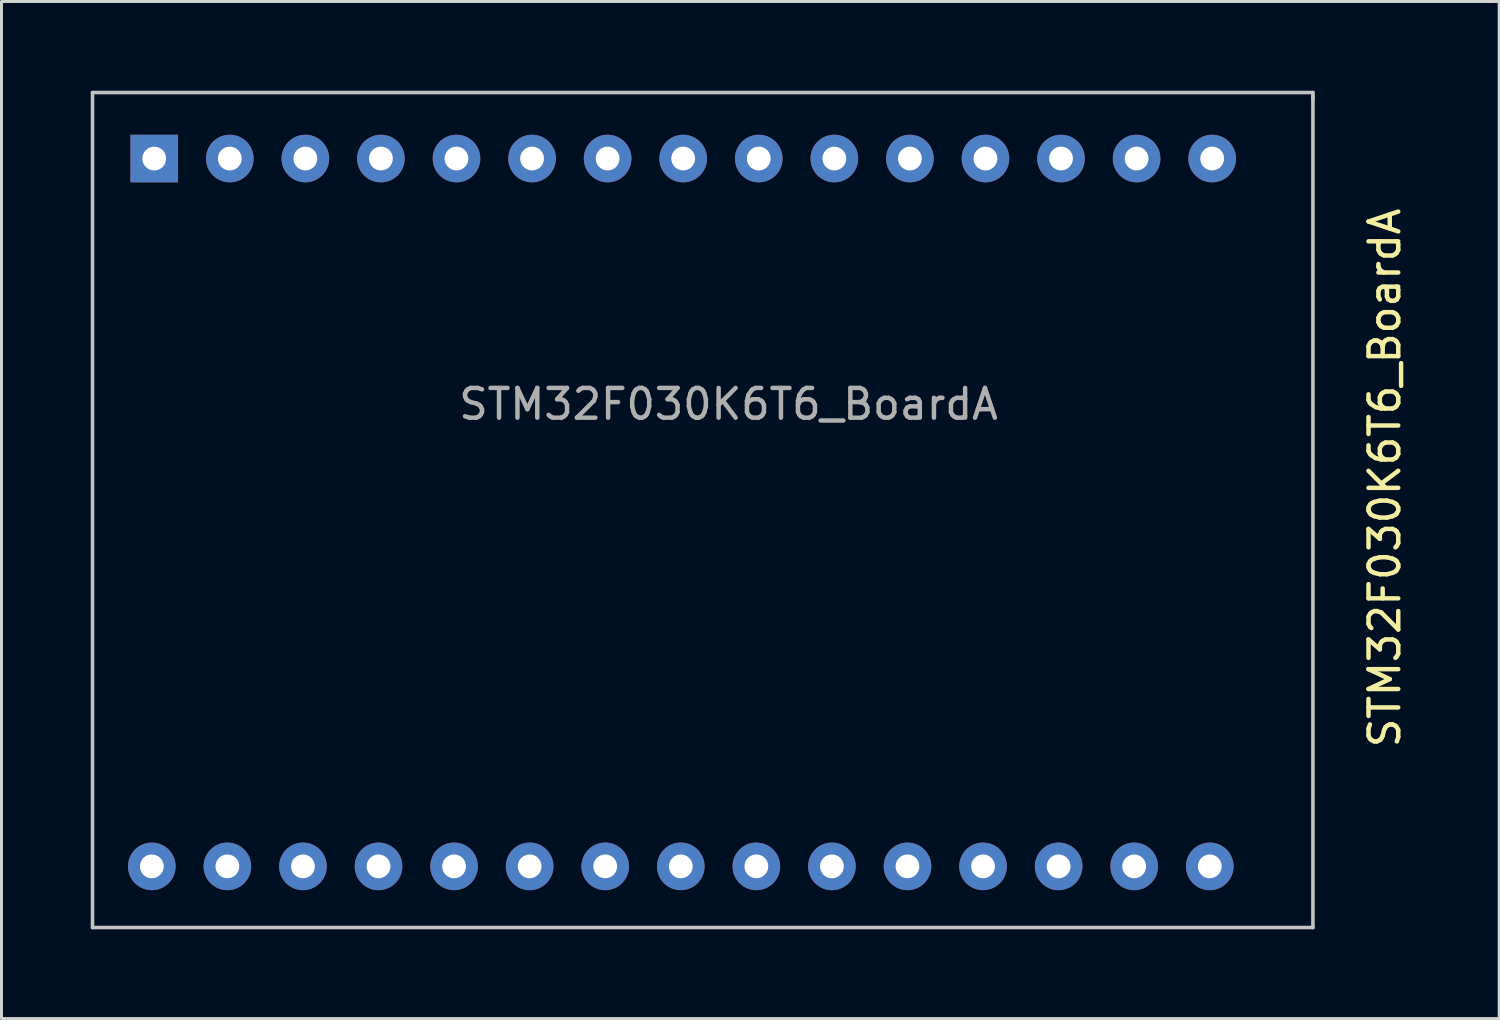
<source format=kicad_pcb>
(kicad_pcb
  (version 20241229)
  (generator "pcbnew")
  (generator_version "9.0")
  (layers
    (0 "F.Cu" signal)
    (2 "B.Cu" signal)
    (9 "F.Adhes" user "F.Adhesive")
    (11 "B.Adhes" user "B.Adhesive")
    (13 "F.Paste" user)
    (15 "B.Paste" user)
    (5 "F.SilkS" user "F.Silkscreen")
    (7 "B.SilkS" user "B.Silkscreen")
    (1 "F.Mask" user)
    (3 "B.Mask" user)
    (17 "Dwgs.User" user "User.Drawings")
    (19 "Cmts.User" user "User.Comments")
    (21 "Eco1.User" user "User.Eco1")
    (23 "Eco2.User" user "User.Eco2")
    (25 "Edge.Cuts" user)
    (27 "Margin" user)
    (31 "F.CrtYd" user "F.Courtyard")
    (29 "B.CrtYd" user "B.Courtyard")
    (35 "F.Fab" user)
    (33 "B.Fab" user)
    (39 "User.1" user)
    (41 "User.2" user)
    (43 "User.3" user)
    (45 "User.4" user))
  (footprint "STM32F030K6T6_BoardA"
    (layer "F.Cu")
    (at 20.253 13.014)
    (property "Reference" "STM32F030K6T6_BoardA" (at 23.241 0 90) (layer "F.SilkS") (effects (font (size 1 1) (thickness 0.15))))
    (attr through_hole)
    (fp_line (start -20.193 -12.954) (end -20.193 15.113) (stroke (width 0.12) (type solid)) (layer "Dwgs.User"))
    (fp_line (start -20.193 -12.954) (end 20.828 -12.954) (stroke (width 0.12) (type solid)) (layer "Dwgs.User"))
    (fp_line (start 20.828 -12.954) (end 20.828 -12.7) (stroke (width 0.12) (type solid)) (layer "Dwgs.User"))
    (fp_line (start 20.828 15.113) (end -20.193 15.113) (stroke (width 0.12) (type solid)) (layer "Dwgs.User"))
    (fp_line (start 20.828 15.113) (end 20.828 -12.827) (stroke (width 0.12) (type solid)) (layer "Dwgs.User"))
    (fp_text user "${REFERENCE}" (at 1.185 -2.48 180) (layer "F.Fab") (effects (font (size 1 1) (thickness 0.15))))
    (pad "1" thru_hole rect (at -18.119 -10.735 90) (size 1.6 1.6) (drill 0.8) (layers "*.Cu" "*.Mask"))
    (pad "2" thru_hole oval (at -15.579 -10.735 90) (size 1.6 1.6) (drill 0.8) (layers "*.Cu" "*.Mask"))
    (pad "3" thru_hole oval (at -13.039 -10.735 90) (size 1.6 1.6) (drill 0.8) (layers "*.Cu" "*.Mask"))
    (pad "4" thru_hole oval (at -10.499 -10.735 90) (size 1.6 1.6) (drill 0.8) (layers "*.Cu" "*.Mask"))
    (pad "5" thru_hole oval (at -7.959 -10.735 90) (size 1.6 1.6) (drill 0.8) (layers "*.Cu" "*.Mask"))
    (pad "6" thru_hole oval (at -5.419 -10.735 90) (size 1.6 1.6) (drill 0.8) (layers "*.Cu" "*.Mask"))
    (pad "7" thru_hole oval (at -2.879 -10.735 90) (size 1.6 1.6) (drill 0.8) (layers "*.Cu" "*.Mask"))
    (pad "8" thru_hole oval (at -0.339 -10.735 90) (size 1.6 1.6) (drill 0.8) (layers "*.Cu" "*.Mask"))
    (pad "9" thru_hole oval (at 2.201 -10.735 90) (size 1.6 1.6) (drill 0.8) (layers "*.Cu" "*.Mask"))
    (pad "10" thru_hole oval (at 4.741 -10.735 90) (size 1.6 1.6) (drill 0.8) (layers "*.Cu" "*.Mask"))
    (pad "11" thru_hole oval (at 7.281 -10.735 90) (size 1.6 1.6) (drill 0.8) (layers "*.Cu" "*.Mask"))
    (pad "12" thru_hole oval (at 9.821 -10.735 90) (size 1.6 1.6) (drill 0.8) (layers "*.Cu" "*.Mask"))
    (pad "13" thru_hole oval (at 12.361 -10.735 90) (size 1.6 1.6) (drill 0.8) (layers "*.Cu" "*.Mask"))
    (pad "14" thru_hole oval (at 14.901 -10.735 90) (size 1.6 1.6) (drill 0.8) (layers "*.Cu" "*.Mask"))
    (pad "15" thru_hole oval (at 17.441 -10.735 90) (size 1.6 1.6) (drill 0.8) (layers "*.Cu" "*.Mask"))
    (pad "16" thru_hole oval (at -18.2 13.057 270) (size 1.6 1.6) (drill 0.8) (layers "*.Cu" "*.Mask"))
    (pad "17" thru_hole oval (at -15.66 13.057 270) (size 1.6 1.6) (drill 0.8) (layers "*.Cu" "*.Mask"))
    (pad "18" thru_hole oval (at -13.12 13.057 270) (size 1.6 1.6) (drill 0.8) (layers "*.Cu" "*.Mask"))
    (pad "19" thru_hole oval (at -10.58 13.057 270) (size 1.6 1.6) (drill 0.8) (layers "*.Cu" "*.Mask"))
    (pad "20" thru_hole oval (at -8.04 13.057 270) (size 1.6 1.6) (drill 0.8) (layers "*.Cu" "*.Mask"))
    (pad "21" thru_hole oval (at -5.5 13.057 270) (size 1.6 1.6) (drill 0.8) (layers "*.Cu" "*.Mask"))
    (pad "22" thru_hole oval (at -2.96 13.057 270) (size 1.6 1.6) (drill 0.8) (layers "*.Cu" "*.Mask"))
    (pad "23" thru_hole oval (at -0.42 13.057 270) (size 1.6 1.6) (drill 0.8) (layers "*.Cu" "*.Mask"))
    (pad "24" thru_hole oval (at 2.12 13.057 270) (size 1.6 1.6) (drill 0.8) (layers "*.Cu" "*.Mask"))
    (pad "25" thru_hole oval (at 4.66 13.057 270) (size 1.6 1.6) (drill 0.8) (layers "*.Cu" "*.Mask"))
    (pad "26" thru_hole oval (at 7.2 13.057 270) (size 1.6 1.6) (drill 0.8) (layers "*.Cu" "*.Mask"))
    (pad "27" thru_hole oval (at 9.74 13.057 270) (size 1.6 1.6) (drill 0.8) (layers "*.Cu" "*.Mask"))
    (pad "28" thru_hole oval (at 12.28 13.057 270) (size 1.6 1.6) (drill 0.8) (layers "*.Cu" "*.Mask"))
    (pad "29" thru_hole oval (at 14.82 13.057 270) (size 1.6 1.6) (drill 0.8) (layers "*.Cu" "*.Mask"))
    (pad "30" thru_hole oval (at 17.36 13.057 270) (size 1.6 1.6) (drill 0.8) (layers "*.Cu" "*.Mask")))
  (gr_rect
    (start -3 -3)
    (end 47.342 31.187)
    (stroke (width 0.1) (type default))
    (fill no)
    (layer "Edge.Cuts")))
</source>
